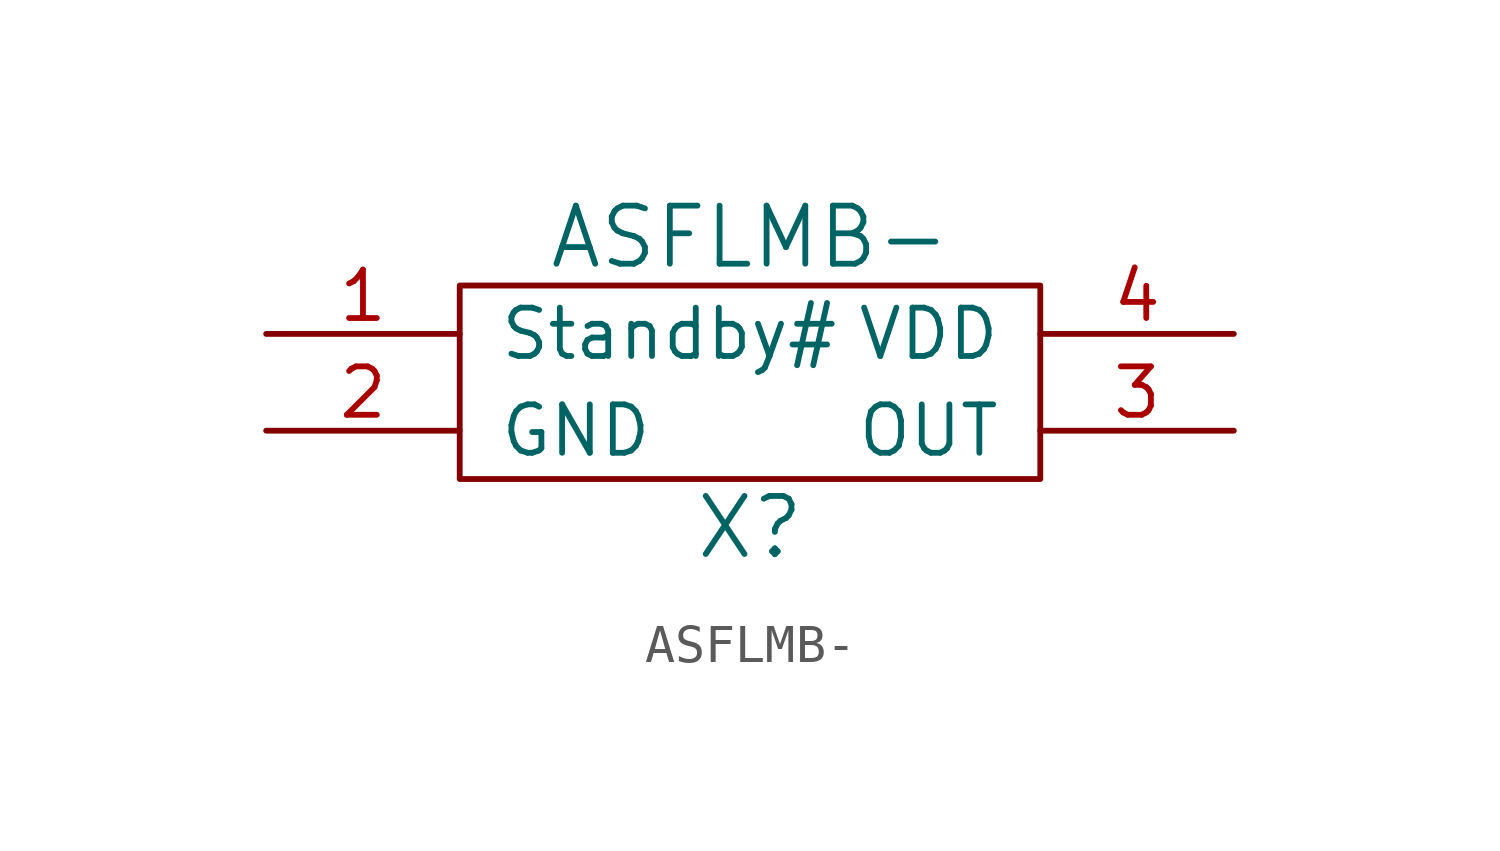
<source format=kicad_sym>
(kicad_symbol_lib
  (version 20220914)
  (generator kicad_symbol_editor)
  (symbol "ASFLMB-"
    (pin_names
      (offset 1.016))
    (property "Reference" "X"
      (at 0 -3.81 0)
      (effects (font (size 1.524 1.524))))
    (property "Value" "ASFLMB-"
      (at 0 3.81 0)
      (effects (font (size 1.524 1.524))))
    (property "Footprint" ""
      (at 0 0 0)
      (effects (font (size 1.524 1.524))))
    (property "Datasheet" ""
      (at 0 0 0)
      (effects (font (size 1.524 1.524))))
    (symbol "ASFLMB-_0_1"
      (rectangle (start -7.62 2.54) (end 7.62 -2.54) (stroke (width 0) (type solid)) (fill (type none))))
    (symbol "ASFLMB-_1_1"
      (pin input line (at -12.7 1.27 0) (length 5.08) (name "Standby#" (effects (font (size 1.27 1.27)))) (number "1" (effects (font (size 1.27 1.27)))))
      (pin power_in line (at -12.7 -1.27 0) (length 5.08) (name "GND" (effects (font (size 1.27 1.27)))) (number "2" (effects (font (size 1.27 1.27)))))
      (pin output line (at 12.7 -1.27 180) (length 5.08) (name "OUT" (effects (font (size 1.27 1.27)))) (number "3" (effects (font (size 1.27 1.27)))))
      (pin power_in line (at 12.7 1.27 180) (length 5.08) (name "VDD" (effects (font (size 1.27 1.27)))) (number "4" (effects (font (size 1.27 1.27))))))))
</source>
